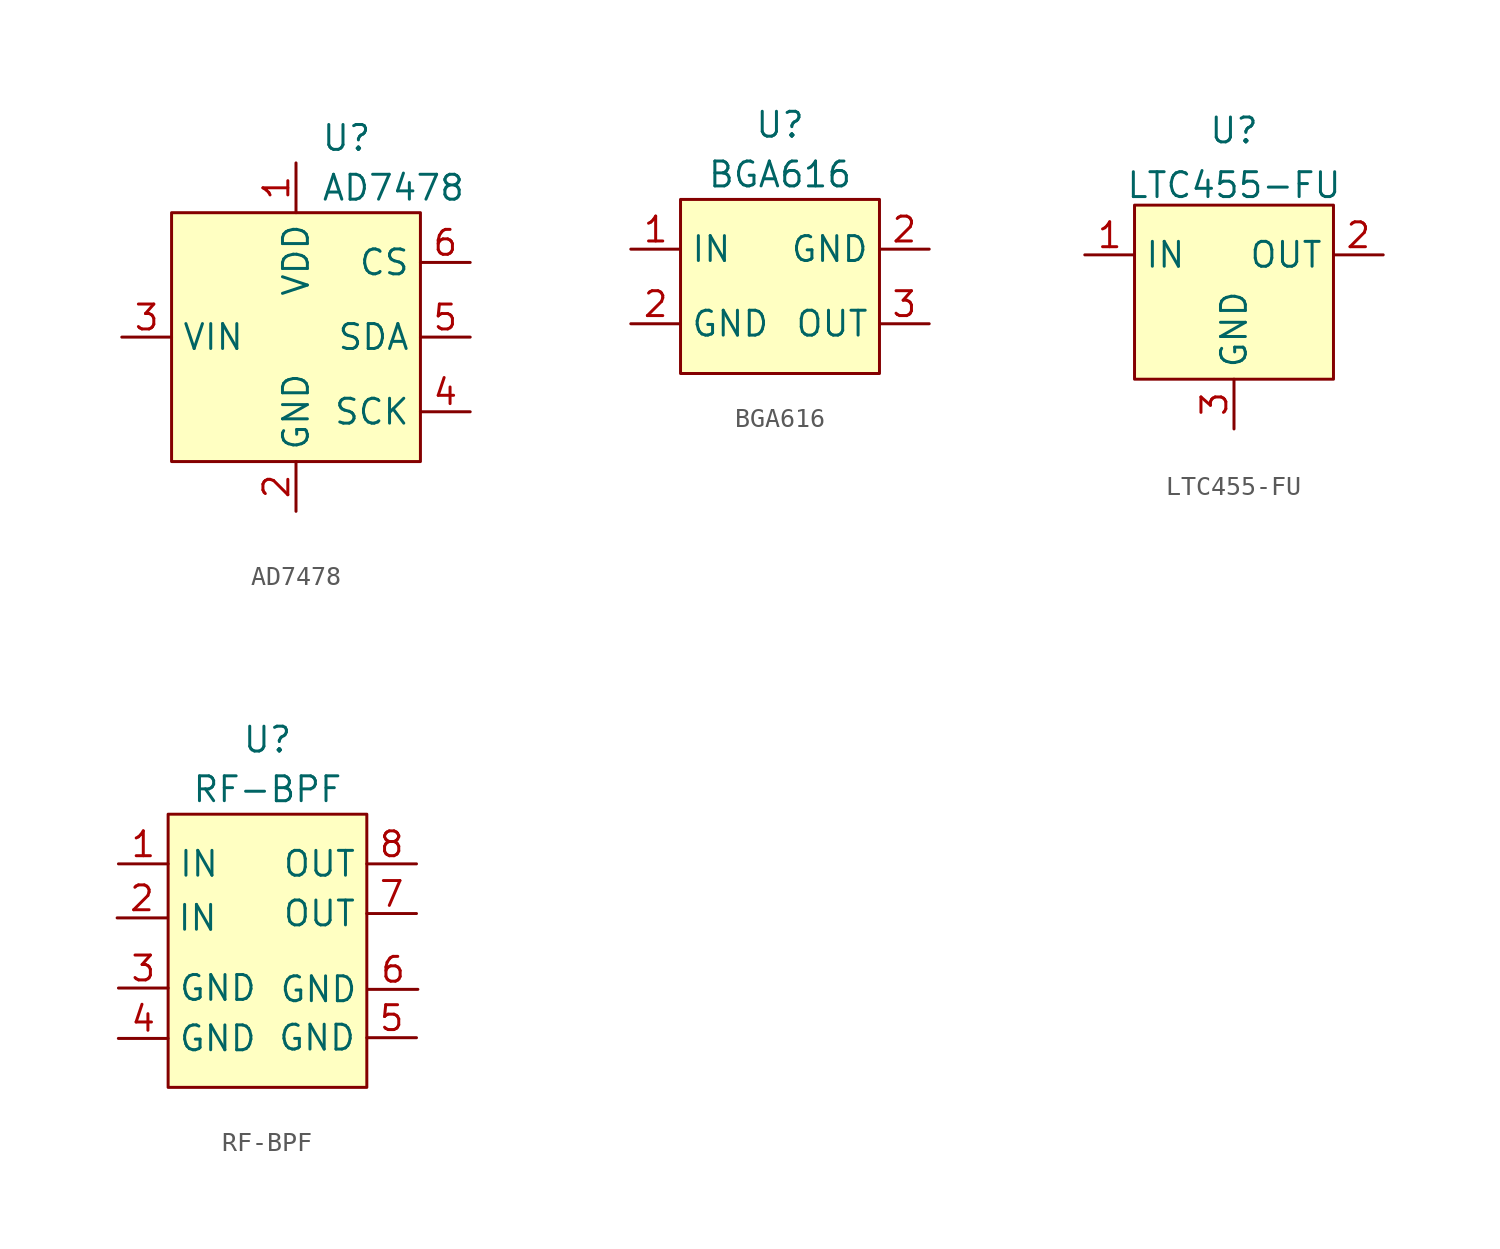
<source format=kicad_sym>
(kicad_symbol_lib
  (version 20231120)
  (generator "kicad_symbol_editor")
  (generator_version "8.0")
  (symbol "AD7478"
    (property "Reference" "U"
      (at 1.27 3.81 0)
      (effects (font (size 1.27 1.27)) (justify left)))
    (property "Value" "AD7478"
      (at 1.27 1.27 0)
      (effects (font (size 1.27 1.27)) (justify left)))
    (symbol "AD7478_1_1"
      (rectangle (start -6.35 0) (end 6.35 -12.7) (stroke (width 0) (type default)) (fill (type background)))
      (pin power_in line (at 0 2.54 270) (length 2.54) (name "VDD" (effects (font (size 1.27 1.27)))) (number "1" (effects (font (size 1.27 1.27)))))
      (pin power_in line (at 0 -15.24 90) (length 2.54) (name "GND" (effects (font (size 1.27 1.27)))) (number "2" (effects (font (size 1.27 1.27)))))
      (pin input line (at -8.89 -6.35 0) (length 2.54) (name "VIN" (effects (font (size 1.27 1.27)))) (number "3" (effects (font (size 1.27 1.27)))))
      (pin input line (at 8.89 -10.16 180) (length 2.54) (name "SCK" (effects (font (size 1.27 1.27)))) (number "4" (effects (font (size 1.27 1.27)))))
      (pin output line (at 8.89 -6.35 180) (length 2.54) (name "SDA" (effects (font (size 1.27 1.27)))) (number "5" (effects (font (size 1.27 1.27)))))
      (pin input line (at 8.89 -2.54 180) (length 2.54) (name "CS" (effects (font (size 1.27 1.27)))) (number "6" (effects (font (size 1.27 1.27)))))))
  (symbol "BGA616"
    (property "Reference" "U"
      (at 0 3.81 0)
      (effects (font (size 1.27 1.27))))
    (property "Value" "BGA616"
      (at 0 1.27 0)
      (effects (font (size 1.27 1.27))))
    (symbol "BGA616_1_1"
      (rectangle (start -5.08 0) (end 5.08 -8.89) (stroke (width 0) (type default)) (fill (type background)))
      (pin input line (at -7.62 -2.54 0) (length 2.54) (name "IN" (effects (font (size 1.27 1.27)))) (number "1" (effects (font (size 1.27 1.27)))))
      (pin power_in line (at -7.62 -6.35 0) (length 2.54) (name "GND" (effects (font (size 1.27 1.27)))) (number "2" (effects (font (size 1.27 1.27)))))
      (pin power_in line (at 7.62 -2.54 180) (length 2.54) (name "GND" (effects (font (size 1.27 1.27)))) (number "2" (effects (font (size 1.27 1.27)))))
      (pin output line (at 7.62 -6.35 180) (length 2.54) (name "OUT" (effects (font (size 1.27 1.27)))) (number "3" (effects (font (size 1.27 1.27)))))))
  (symbol "LTC455-FU"
    (property "Reference" "U"
      (at 0 3.81 0)
      (effects (font (size 1.27 1.27))))
    (property "Value" "LTC455-FU"
      (at 0 1.016 0)
      (effects (font (size 1.27 1.27))))
    (symbol "LTC455-FU_1_1"
      (rectangle (start -5.08 0) (end 5.08 -8.89) (stroke (width 0) (type default)) (fill (type background)))
      (pin input line (at -7.62 -2.54 0) (length 2.54) (name "IN" (effects (font (size 1.27 1.27)))) (number "1" (effects (font (size 1.27 1.27)))))
      (pin output line (at 7.62 -2.54 180) (length 2.54) (name "OUT" (effects (font (size 1.27 1.27)))) (number "2" (effects (font (size 1.27 1.27)))))
      (pin power_in line (at 0 -11.43 90) (length 2.54) (name "GND" (effects (font (size 1.27 1.27)))) (number "3" (effects (font (size 1.27 1.27)))))))
  (symbol "RF-BPF"
    (property "Reference" "U"
      (at 0 3.81 0)
      (effects (font (size 1.27 1.27))))
    (property "Value" "RF-BPF"
      (at 0 1.27 0)
      (effects (font (size 1.27 1.27))))
    (symbol "RF-BPF_1_1"
      (rectangle (start -5.08 0) (end 5.08 -13.97) (stroke (width 0) (type default)) (fill (type background)))
      (pin input line (at -7.62 -2.54 0) (length 2.54) (name "IN" (effects (font (size 1.27 1.27)))) (number "1" (effects (font (size 1.27 1.27)))))
      (pin input line (at -7.688 -5.303 0) (length 2.54) (name "IN" (effects (font (size 1.27 1.27)))) (number "2" (effects (font (size 1.27 1.27)))))
      (pin power_in line (at -7.62 -8.89 0) (length 2.54) (name "GND" (effects (font (size 1.27 1.27)))) (number "3" (effects (font (size 1.27 1.27)))))
      (pin power_in line (at -7.625 -11.466 0) (length 2.54) (name "GND" (effects (font (size 1.27 1.27)))) (number "4" (effects (font (size 1.27 1.27)))))
      (pin power_in line (at 7.62 -11.43 180) (length 2.54) (name "GND" (effects (font (size 1.27 1.27)))) (number "5" (effects (font (size 1.27 1.27)))))
      (pin power_in line (at 7.691 -8.957 180) (length 2.54) (name "GND" (effects (font (size 1.27 1.27)))) (number "6" (effects (font (size 1.27 1.27)))))
      (pin output line (at 7.62 -5.08 180) (length 2.54) (name "OUT" (effects (font (size 1.27 1.27)))) (number "7" (effects (font (size 1.27 1.27)))))
      (pin output line (at 7.62 -2.54 180) (length 2.54) (name "OUT" (effects (font (size 1.27 1.27)))) (number "8" (effects (font (size 1.27 1.27))))))))
</source>
